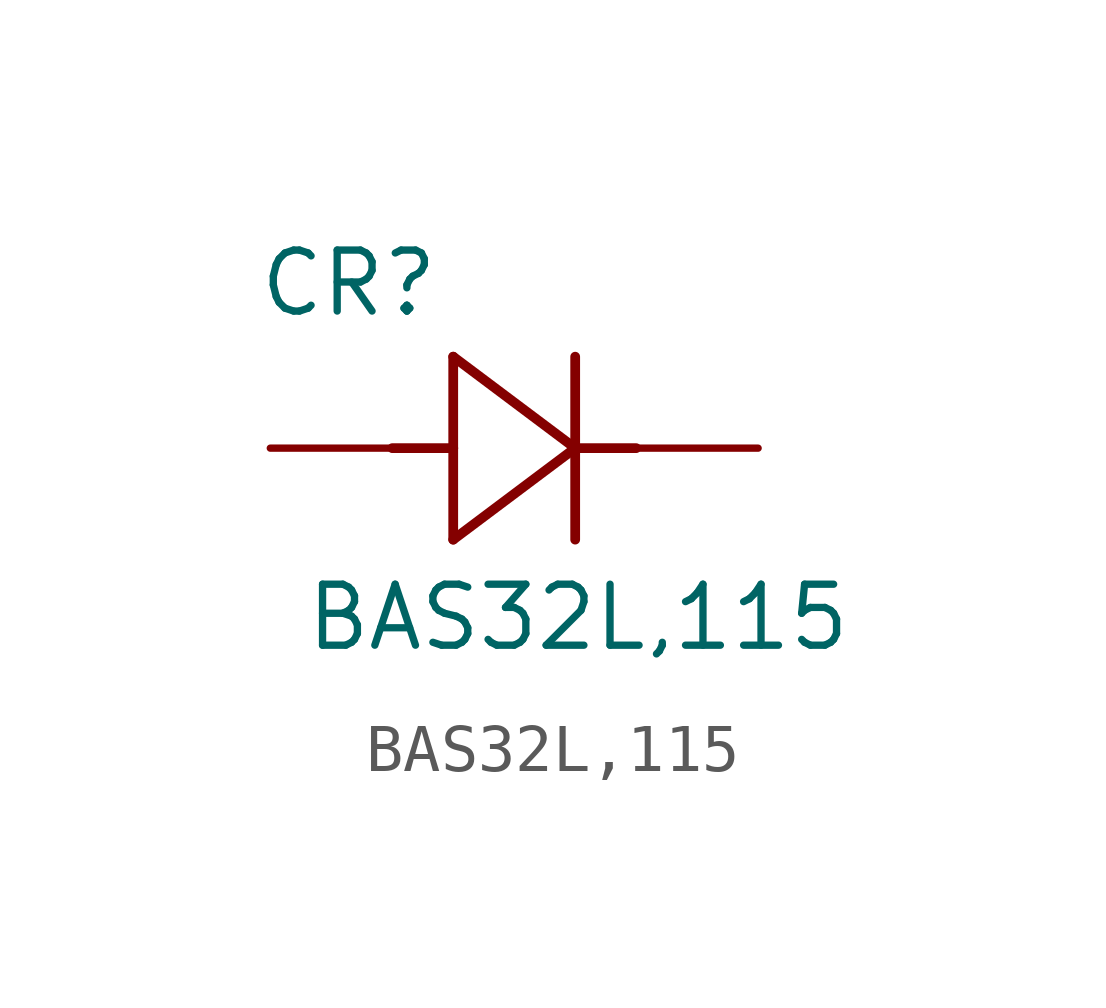
<source format=kicad_sym>
(kicad_symbol_lib
  (version 20211014)
  (generator kicad_symbol_editor)
  (symbol "BAS32L,115"
    (pin_numbers hide)
    (pin_names
      (offset 1.016) hide)
    (property "Reference" "CR"
      (at -0.279 2.692 0)
      (effects (font (size 1.27 1.27)) (justify left bottom)))
    (property "Value" "BAS32L,115"
      (at 0.686 -4.267 0)
      (effects (font (size 1.27 1.27)) (justify left bottom)))
    (property "ki_locked" ""
      (at 0 0 0)
      (effects (font (size 1.27 1.27))))
    (symbol "BAS32L,115_0_0"
      (polyline (pts (xy 2.54 0) (xy 3.81 0)) (stroke (width 0.203) (type default) (color 0 0 0 0)) (fill (type none)))
      (polyline (pts (xy 3.81 -1.905) (xy 6.35 0)) (stroke (width 0.203) (type default) (color 0 0 0 0)) (fill (type none)))
      (polyline (pts (xy 3.81 0) (xy 3.81 -1.905)) (stroke (width 0.203) (type default) (color 0 0 0 0)) (fill (type none)))
      (polyline (pts (xy 3.81 1.905) (xy 3.81 0)) (stroke (width 0.203) (type default) (color 0 0 0 0)) (fill (type none)))
      (polyline (pts (xy 6.35 -1.905) (xy 6.35 0)) (stroke (width 0.203) (type default) (color 0 0 0 0)) (fill (type none)))
      (polyline (pts (xy 6.35 0) (xy 3.81 1.905)) (stroke (width 0.203) (type default) (color 0 0 0 0)) (fill (type none)))
      (polyline (pts (xy 6.35 0) (xy 6.35 1.905)) (stroke (width 0.203) (type default) (color 0 0 0 0)) (fill (type none)))
      (polyline (pts (xy 6.35 0) (xy 7.62 0)) (stroke (width 0.203) (type default) (color 0 0 0 0)) (fill (type none)))
      (pin passive line (at 10.16 0 180) (length 2.54) (name "~" (effects (font (size 1.016 1.016)))) (number "1" (effects (font (size 1.016 1.016)))))
      (pin passive line (at 0 0 0) (length 2.54) (name "~" (effects (font (size 1.016 1.016)))) (number "2" (effects (font (size 1.016 1.016))))))))
</source>
